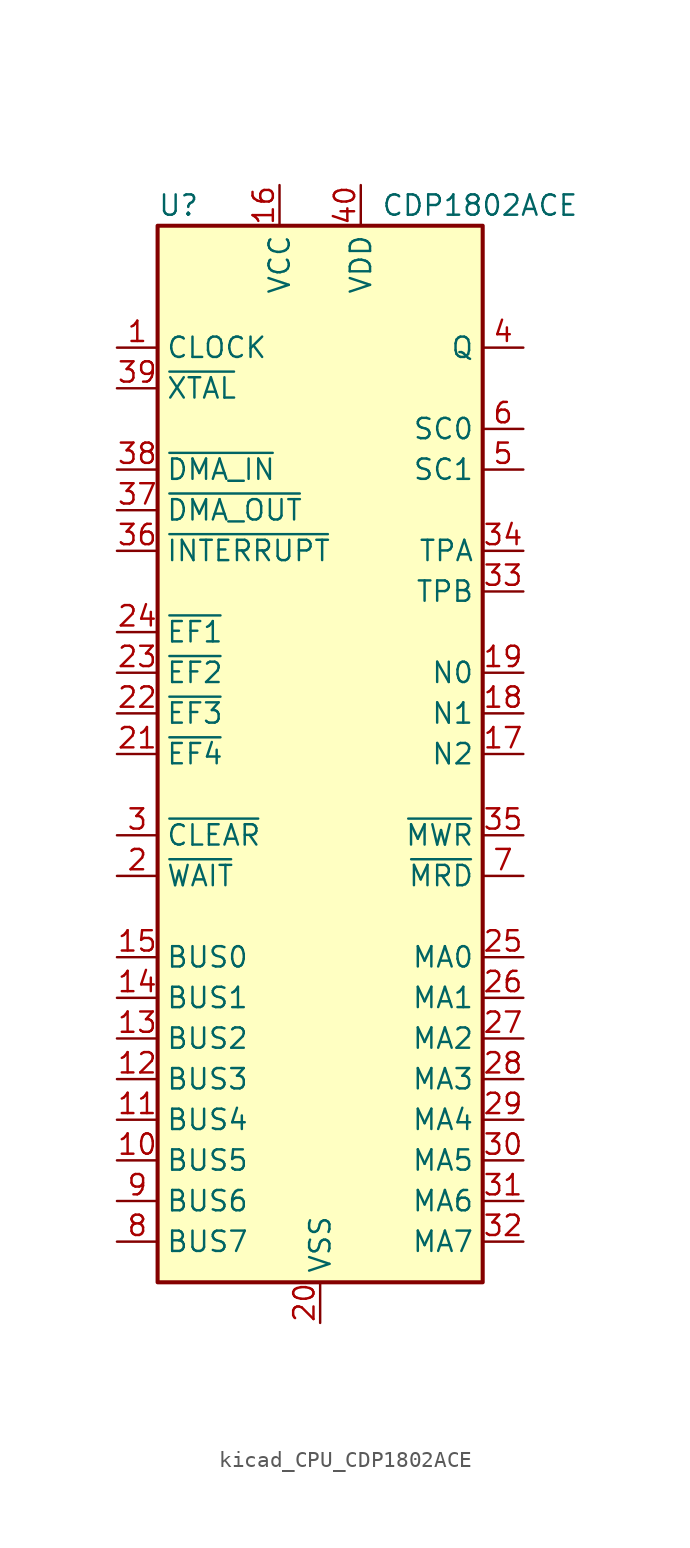
<source format=kicad_sym>
(kicad_symbol_lib
  (version 20220914)
  (generator kicad_symbol_editor)
  (symbol "kicad_CPU_CDP1802ACE"
    (property "Reference" "U"
      (at -10.16 34.29 0)
      (effects (font (size 1.27 1.27)) (justify left)))
    (property "Value" "CDP1802ACE"
      (at 3.81 34.29 0)
      (effects (font (size 1.27 1.27)) (justify left)))
    (symbol "kicad_CPU_CDP1802ACE_0_1"
      (rectangle (start -10.16 33.02) (end 10.16 -33.02) (stroke (width 0.254) (type default)) (fill (type background))))
    (symbol "kicad_CPU_CDP1802ACE_1_1"
      (pin input line (at -12.7 25.4 0) (length 2.54) (name "CLOCK" (effects (font (size 1.27 1.27)))) (number "1" (effects (font (size 1.27 1.27)))))
      (pin bidirectional line (at -12.7 -25.4 0) (length 2.54) (name "BUS5" (effects (font (size 1.27 1.27)))) (number "10" (effects (font (size 1.27 1.27)))))
      (pin bidirectional line (at -12.7 -22.86 0) (length 2.54) (name "BUS4" (effects (font (size 1.27 1.27)))) (number "11" (effects (font (size 1.27 1.27)))))
      (pin bidirectional line (at -12.7 -20.32 0) (length 2.54) (name "BUS3" (effects (font (size 1.27 1.27)))) (number "12" (effects (font (size 1.27 1.27)))))
      (pin bidirectional line (at -12.7 -17.78 0) (length 2.54) (name "BUS2" (effects (font (size 1.27 1.27)))) (number "13" (effects (font (size 1.27 1.27)))))
      (pin bidirectional line (at -12.7 -15.24 0) (length 2.54) (name "BUS1" (effects (font (size 1.27 1.27)))) (number "14" (effects (font (size 1.27 1.27)))))
      (pin bidirectional line (at -12.7 -12.7 0) (length 2.54) (name "BUS0" (effects (font (size 1.27 1.27)))) (number "15" (effects (font (size 1.27 1.27)))))
      (pin power_in line (at -2.54 35.56 270) (length 2.54) (name "VCC" (effects (font (size 1.27 1.27)))) (number "16" (effects (font (size 1.27 1.27)))))
      (pin output line (at 12.7 0 180) (length 2.54) (name "N2" (effects (font (size 1.27 1.27)))) (number "17" (effects (font (size 1.27 1.27)))))
      (pin output line (at 12.7 2.54 180) (length 2.54) (name "N1" (effects (font (size 1.27 1.27)))) (number "18" (effects (font (size 1.27 1.27)))))
      (pin output line (at 12.7 5.08 180) (length 2.54) (name "N0" (effects (font (size 1.27 1.27)))) (number "19" (effects (font (size 1.27 1.27)))))
      (pin input line (at -12.7 -7.62 0) (length 2.54) (name "~{WAIT}" (effects (font (size 1.27 1.27)))) (number "2" (effects (font (size 1.27 1.27)))))
      (pin power_in line (at 0 -35.56 90) (length 2.54) (name "VSS" (effects (font (size 1.27 1.27)))) (number "20" (effects (font (size 1.27 1.27)))))
      (pin input line (at -12.7 0 0) (length 2.54) (name "~{EF4}" (effects (font (size 1.27 1.27)))) (number "21" (effects (font (size 1.27 1.27)))))
      (pin input line (at -12.7 2.54 0) (length 2.54) (name "~{EF3}" (effects (font (size 1.27 1.27)))) (number "22" (effects (font (size 1.27 1.27)))))
      (pin input line (at -12.7 5.08 0) (length 2.54) (name "~{EF2}" (effects (font (size 1.27 1.27)))) (number "23" (effects (font (size 1.27 1.27)))))
      (pin input line (at -12.7 7.62 0) (length 2.54) (name "~{EF1}" (effects (font (size 1.27 1.27)))) (number "24" (effects (font (size 1.27 1.27)))))
      (pin output line (at 12.7 -12.7 180) (length 2.54) (name "MA0" (effects (font (size 1.27 1.27)))) (number "25" (effects (font (size 1.27 1.27)))))
      (pin output line (at 12.7 -15.24 180) (length 2.54) (name "MA1" (effects (font (size 1.27 1.27)))) (number "26" (effects (font (size 1.27 1.27)))))
      (pin output line (at 12.7 -17.78 180) (length 2.54) (name "MA2" (effects (font (size 1.27 1.27)))) (number "27" (effects (font (size 1.27 1.27)))))
      (pin output line (at 12.7 -20.32 180) (length 2.54) (name "MA3" (effects (font (size 1.27 1.27)))) (number "28" (effects (font (size 1.27 1.27)))))
      (pin output line (at 12.7 -22.86 180) (length 2.54) (name "MA4" (effects (font (size 1.27 1.27)))) (number "29" (effects (font (size 1.27 1.27)))))
      (pin input line (at -12.7 -5.08 0) (length 2.54) (name "~{CLEAR}" (effects (font (size 1.27 1.27)))) (number "3" (effects (font (size 1.27 1.27)))))
      (pin output line (at 12.7 -25.4 180) (length 2.54) (name "MA5" (effects (font (size 1.27 1.27)))) (number "30" (effects (font (size 1.27 1.27)))))
      (pin output line (at 12.7 -27.94 180) (length 2.54) (name "MA6" (effects (font (size 1.27 1.27)))) (number "31" (effects (font (size 1.27 1.27)))))
      (pin output line (at 12.7 -30.48 180) (length 2.54) (name "MA7" (effects (font (size 1.27 1.27)))) (number "32" (effects (font (size 1.27 1.27)))))
      (pin output line (at 12.7 10.16 180) (length 2.54) (name "TPB" (effects (font (size 1.27 1.27)))) (number "33" (effects (font (size 1.27 1.27)))))
      (pin output line (at 12.7 12.7 180) (length 2.54) (name "TPA" (effects (font (size 1.27 1.27)))) (number "34" (effects (font (size 1.27 1.27)))))
      (pin output line (at 12.7 -5.08 180) (length 2.54) (name "~{MWR}" (effects (font (size 1.27 1.27)))) (number "35" (effects (font (size 1.27 1.27)))))
      (pin input line (at -12.7 12.7 0) (length 2.54) (name "~{INTERRUPT}" (effects (font (size 1.27 1.27)))) (number "36" (effects (font (size 1.27 1.27)))))
      (pin input line (at -12.7 15.24 0) (length 2.54) (name "~{DMA_OUT}" (effects (font (size 1.27 1.27)))) (number "37" (effects (font (size 1.27 1.27)))))
      (pin input line (at -12.7 17.78 0) (length 2.54) (name "~{DMA_IN}" (effects (font (size 1.27 1.27)))) (number "38" (effects (font (size 1.27 1.27)))))
      (pin output line (at -12.7 22.86 0) (length 2.54) (name "~{XTAL}" (effects (font (size 1.27 1.27)))) (number "39" (effects (font (size 1.27 1.27)))))
      (pin output line (at 12.7 25.4 180) (length 2.54) (name "Q" (effects (font (size 1.27 1.27)))) (number "4" (effects (font (size 1.27 1.27)))))
      (pin power_in line (at 2.54 35.56 270) (length 2.54) (name "VDD" (effects (font (size 1.27 1.27)))) (number "40" (effects (font (size 1.27 1.27)))))
      (pin output line (at 12.7 17.78 180) (length 2.54) (name "SC1" (effects (font (size 1.27 1.27)))) (number "5" (effects (font (size 1.27 1.27)))))
      (pin output line (at 12.7 20.32 180) (length 2.54) (name "SC0" (effects (font (size 1.27 1.27)))) (number "6" (effects (font (size 1.27 1.27)))))
      (pin output line (at 12.7 -7.62 180) (length 2.54) (name "~{MRD}" (effects (font (size 1.27 1.27)))) (number "7" (effects (font (size 1.27 1.27)))))
      (pin bidirectional line (at -12.7 -30.48 0) (length 2.54) (name "BUS7" (effects (font (size 1.27 1.27)))) (number "8" (effects (font (size 1.27 1.27)))))
      (pin bidirectional line (at -12.7 -27.94 0) (length 2.54) (name "BUS6" (effects (font (size 1.27 1.27)))) (number "9" (effects (font (size 1.27 1.27))))))))
</source>
